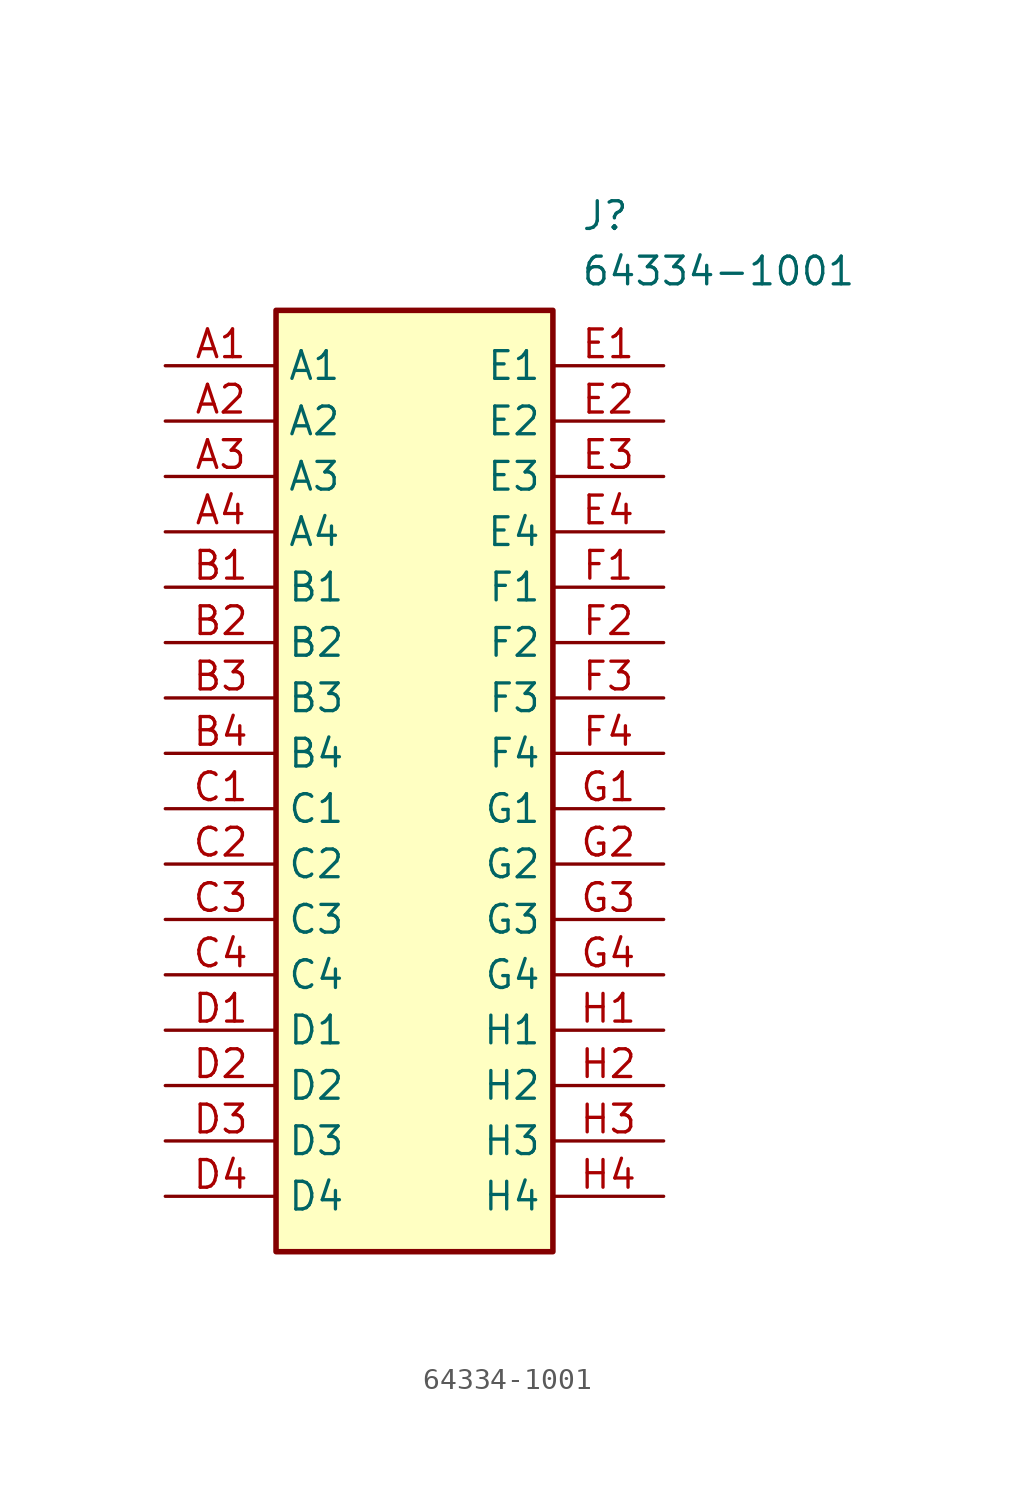
<source format=kicad_sym>
(kicad_symbol_lib
  (version 20241209)
  (generator "kicad_symbol_editor")
  (generator_version "9.0")
  (symbol "64334-1001"
    (property "Reference" "J"
      (at 19.05 7.62 0)
      (effects (font (size 1.27 1.27)) (justify left top)))
    (property "Value" "64334-1001"
      (at 19.05 5.08 0)
      (effects (font (size 1.27 1.27)) (justify left top)))
    (symbol "64334-1001_1_1"
      (rectangle (start 5.08 2.54) (end 17.78 -40.64) (stroke (width 0.254) (type default)) (fill (type background)))
      (pin passive line (at 0 0 0) (length 5.08) (name "A1" (effects (font (size 1.27 1.27)))) (number "A1" (effects (font (size 1.27 1.27)))))
      (pin passive line (at 0 -2.54 0) (length 5.08) (name "A2" (effects (font (size 1.27 1.27)))) (number "A2" (effects (font (size 1.27 1.27)))))
      (pin passive line (at 0 -5.08 0) (length 5.08) (name "A3" (effects (font (size 1.27 1.27)))) (number "A3" (effects (font (size 1.27 1.27)))))
      (pin passive line (at 0 -7.62 0) (length 5.08) (name "A4" (effects (font (size 1.27 1.27)))) (number "A4" (effects (font (size 1.27 1.27)))))
      (pin passive line (at 0 -10.16 0) (length 5.08) (name "B1" (effects (font (size 1.27 1.27)))) (number "B1" (effects (font (size 1.27 1.27)))))
      (pin passive line (at 0 -12.7 0) (length 5.08) (name "B2" (effects (font (size 1.27 1.27)))) (number "B2" (effects (font (size 1.27 1.27)))))
      (pin passive line (at 0 -15.24 0) (length 5.08) (name "B3" (effects (font (size 1.27 1.27)))) (number "B3" (effects (font (size 1.27 1.27)))))
      (pin passive line (at 0 -17.78 0) (length 5.08) (name "B4" (effects (font (size 1.27 1.27)))) (number "B4" (effects (font (size 1.27 1.27)))))
      (pin passive line (at 0 -20.32 0) (length 5.08) (name "C1" (effects (font (size 1.27 1.27)))) (number "C1" (effects (font (size 1.27 1.27)))))
      (pin passive line (at 0 -22.86 0) (length 5.08) (name "C2" (effects (font (size 1.27 1.27)))) (number "C2" (effects (font (size 1.27 1.27)))))
      (pin passive line (at 0 -25.4 0) (length 5.08) (name "C3" (effects (font (size 1.27 1.27)))) (number "C3" (effects (font (size 1.27 1.27)))))
      (pin passive line (at 0 -27.94 0) (length 5.08) (name "C4" (effects (font (size 1.27 1.27)))) (number "C4" (effects (font (size 1.27 1.27)))))
      (pin passive line (at 0 -30.48 0) (length 5.08) (name "D1" (effects (font (size 1.27 1.27)))) (number "D1" (effects (font (size 1.27 1.27)))))
      (pin passive line (at 0 -33.02 0) (length 5.08) (name "D2" (effects (font (size 1.27 1.27)))) (number "D2" (effects (font (size 1.27 1.27)))))
      (pin passive line (at 0 -35.56 0) (length 5.08) (name "D3" (effects (font (size 1.27 1.27)))) (number "D3" (effects (font (size 1.27 1.27)))))
      (pin passive line (at 0 -38.1 0) (length 5.08) (name "D4" (effects (font (size 1.27 1.27)))) (number "D4" (effects (font (size 1.27 1.27)))))
      (pin passive line (at 22.86 0 180) (length 5.08) (name "E1" (effects (font (size 1.27 1.27)))) (number "E1" (effects (font (size 1.27 1.27)))))
      (pin passive line (at 22.86 -2.54 180) (length 5.08) (name "E2" (effects (font (size 1.27 1.27)))) (number "E2" (effects (font (size 1.27 1.27)))))
      (pin passive line (at 22.86 -5.08 180) (length 5.08) (name "E3" (effects (font (size 1.27 1.27)))) (number "E3" (effects (font (size 1.27 1.27)))))
      (pin passive line (at 22.86 -7.62 180) (length 5.08) (name "E4" (effects (font (size 1.27 1.27)))) (number "E4" (effects (font (size 1.27 1.27)))))
      (pin passive line (at 22.86 -10.16 180) (length 5.08) (name "F1" (effects (font (size 1.27 1.27)))) (number "F1" (effects (font (size 1.27 1.27)))))
      (pin passive line (at 22.86 -12.7 180) (length 5.08) (name "F2" (effects (font (size 1.27 1.27)))) (number "F2" (effects (font (size 1.27 1.27)))))
      (pin passive line (at 22.86 -15.24 180) (length 5.08) (name "F3" (effects (font (size 1.27 1.27)))) (number "F3" (effects (font (size 1.27 1.27)))))
      (pin passive line (at 22.86 -17.78 180) (length 5.08) (name "F4" (effects (font (size 1.27 1.27)))) (number "F4" (effects (font (size 1.27 1.27)))))
      (pin passive line (at 22.86 -20.32 180) (length 5.08) (name "G1" (effects (font (size 1.27 1.27)))) (number "G1" (effects (font (size 1.27 1.27)))))
      (pin passive line (at 22.86 -22.86 180) (length 5.08) (name "G2" (effects (font (size 1.27 1.27)))) (number "G2" (effects (font (size 1.27 1.27)))))
      (pin passive line (at 22.86 -25.4 180) (length 5.08) (name "G3" (effects (font (size 1.27 1.27)))) (number "G3" (effects (font (size 1.27 1.27)))))
      (pin passive line (at 22.86 -27.94 180) (length 5.08) (name "G4" (effects (font (size 1.27 1.27)))) (number "G4" (effects (font (size 1.27 1.27)))))
      (pin passive line (at 22.86 -30.48 180) (length 5.08) (name "H1" (effects (font (size 1.27 1.27)))) (number "H1" (effects (font (size 1.27 1.27)))))
      (pin passive line (at 22.86 -33.02 180) (length 5.08) (name "H2" (effects (font (size 1.27 1.27)))) (number "H2" (effects (font (size 1.27 1.27)))))
      (pin passive line (at 22.86 -35.56 180) (length 5.08) (name "H3" (effects (font (size 1.27 1.27)))) (number "H3" (effects (font (size 1.27 1.27)))))
      (pin passive line (at 22.86 -38.1 180) (length 5.08) (name "H4" (effects (font (size 1.27 1.27)))) (number "H4" (effects (font (size 1.27 1.27))))))))
</source>
